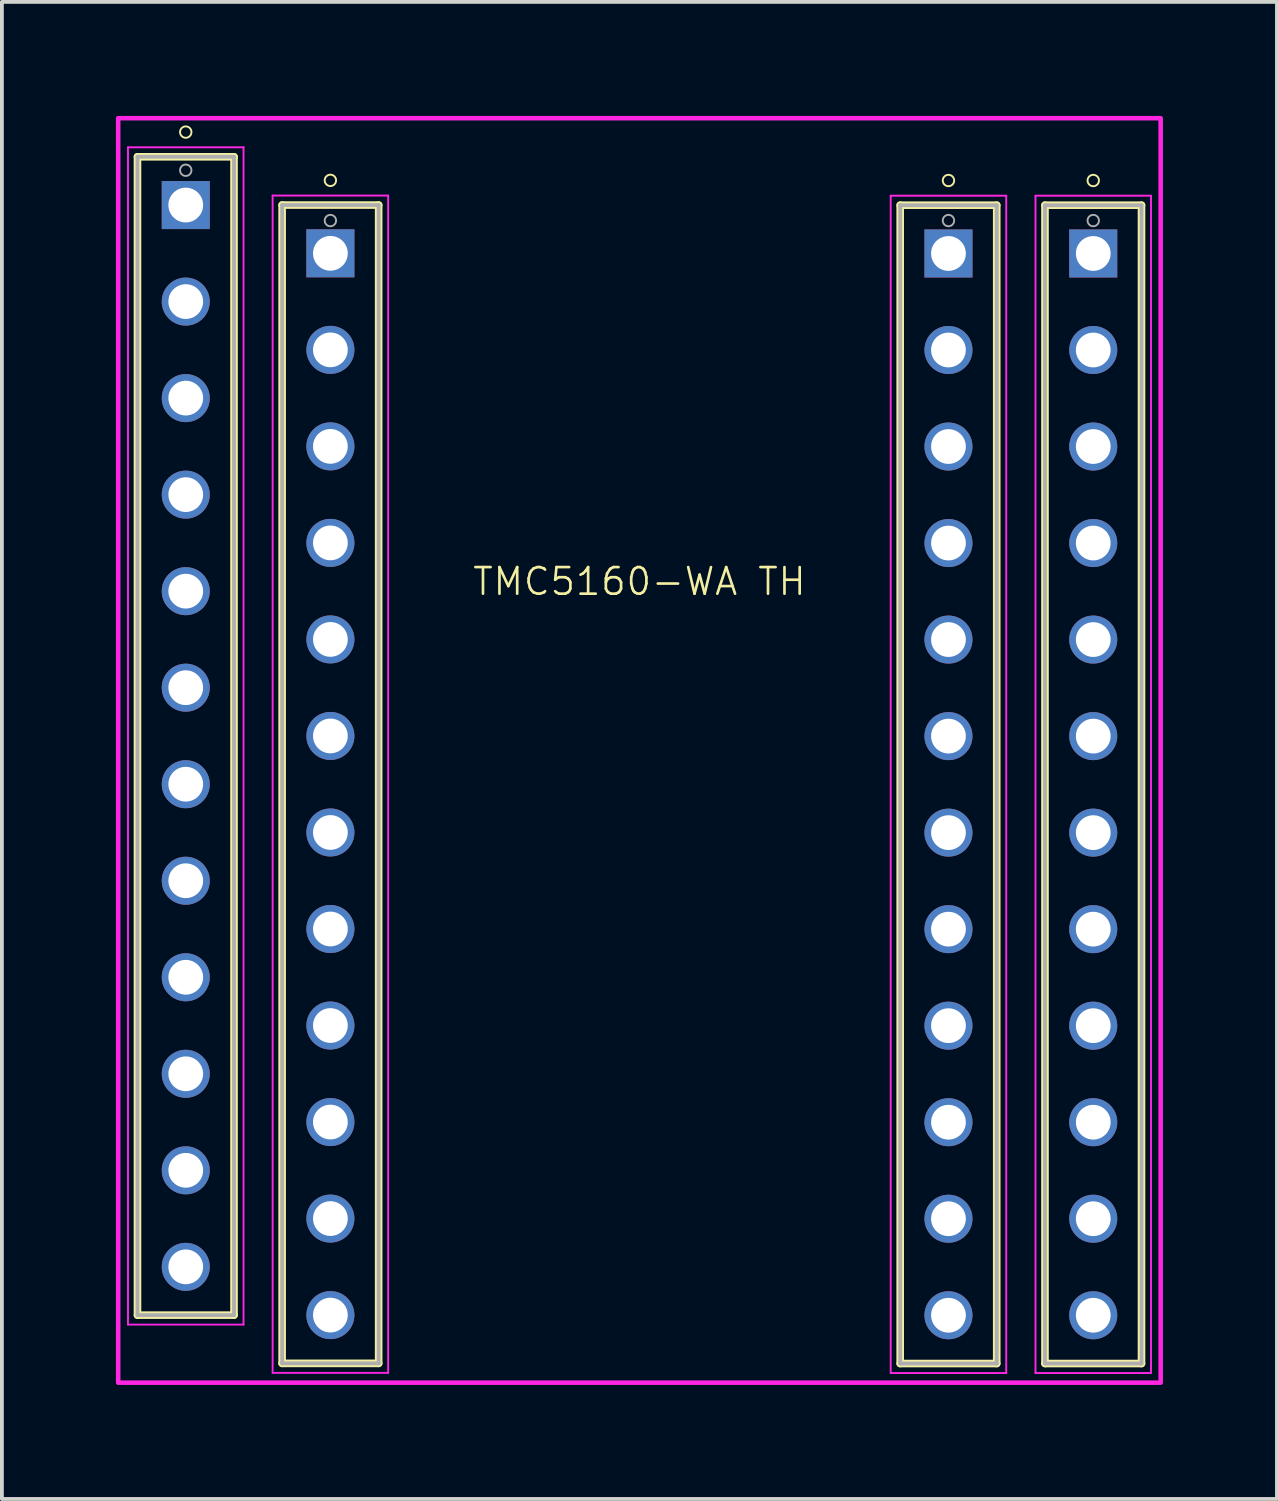
<source format=kicad_pcb>
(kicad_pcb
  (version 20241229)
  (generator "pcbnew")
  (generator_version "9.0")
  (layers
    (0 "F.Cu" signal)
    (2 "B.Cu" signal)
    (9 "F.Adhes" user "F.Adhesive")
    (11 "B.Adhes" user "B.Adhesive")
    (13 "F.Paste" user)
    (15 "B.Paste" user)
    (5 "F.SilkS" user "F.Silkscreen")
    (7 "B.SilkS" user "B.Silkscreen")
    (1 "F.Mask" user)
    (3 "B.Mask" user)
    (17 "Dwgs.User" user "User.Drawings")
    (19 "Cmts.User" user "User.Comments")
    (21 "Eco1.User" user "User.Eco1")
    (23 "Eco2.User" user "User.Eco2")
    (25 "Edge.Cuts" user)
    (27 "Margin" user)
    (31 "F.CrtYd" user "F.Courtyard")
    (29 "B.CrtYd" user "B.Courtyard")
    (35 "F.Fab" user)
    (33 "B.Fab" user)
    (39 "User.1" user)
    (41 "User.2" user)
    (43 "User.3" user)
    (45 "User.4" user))
  (footprint "TMC5160-WA TH"
    (layer "F.Cu")
    (at 13.776 17.586)
    (property "Reference" "TMC5160-WA TH" (at 0 -5.334 0) (layer "F.SilkS") (effects (font (size 0.7 0.7) (thickness 0.07))))
    (attr smd)
    (fp_line (start -13.208 -16.51) (end -13.208 13.97) (stroke (width 0.2) (type solid)) (layer "F.SilkS"))
    (fp_line (start -13.208 -16.51) (end -10.668 -16.51) (stroke (width 0.2) (type solid)) (layer "F.SilkS"))
    (fp_line (start -10.668 -16.51) (end -10.668 13.97) (stroke (width 0.2) (type solid)) (layer "F.SilkS"))
    (fp_line (start -10.668 13.97) (end -13.208 13.97) (stroke (width 0.2) (type solid)) (layer "F.SilkS"))
    (fp_line (start -9.402 -15.24) (end -9.402 15.24) (stroke (width 0.2) (type solid)) (layer "F.SilkS"))
    (fp_line (start -9.402 -15.24) (end -6.862 -15.24) (stroke (width 0.2) (type solid)) (layer "F.SilkS"))
    (fp_line (start -6.862 -15.24) (end -6.862 15.24) (stroke (width 0.2) (type solid)) (layer "F.SilkS"))
    (fp_line (start -6.862 15.24) (end -9.402 15.24) (stroke (width 0.2) (type solid)) (layer "F.SilkS"))
    (fp_line (start 6.862 -15.236) (end 6.862 15.244) (stroke (width 0.2) (type solid)) (layer "F.SilkS"))
    (fp_line (start 6.862 -15.236) (end 9.402 -15.236) (stroke (width 0.2) (type solid)) (layer "F.SilkS"))
    (fp_line (start 9.402 -15.236) (end 9.402 15.244) (stroke (width 0.2) (type solid)) (layer "F.SilkS"))
    (fp_line (start 9.402 15.244) (end 6.862 15.244) (stroke (width 0.2) (type solid)) (layer "F.SilkS"))
    (fp_line (start 10.672 -15.236) (end 10.672 15.244) (stroke (width 0.2) (type solid)) (layer "F.SilkS"))
    (fp_line (start 10.672 -15.236) (end 13.212 -15.236) (stroke (width 0.2) (type solid)) (layer "F.SilkS"))
    (fp_line (start 13.212 -15.236) (end 13.212 15.244) (stroke (width 0.2) (type solid)) (layer "F.SilkS"))
    (fp_line (start 13.212 15.244) (end 10.672 15.244) (stroke (width 0.2) (type solid)) (layer "F.SilkS"))
    (fp_circle (center -11.938 -17.16) (end -11.788 -17.16) (stroke (width 0.05) (type solid)) (fill no) (layer "F.SilkS"))
    (fp_circle (center -8.132 -15.89) (end -7.982 -15.89) (stroke (width 0.05) (type solid)) (fill no) (layer "F.SilkS"))
    (fp_circle (center 8.132 -15.886) (end 8.282 -15.886) (stroke (width 0.05) (type solid)) (fill no) (layer "F.SilkS"))
    (fp_circle (center 11.942 -15.886) (end 12.092 -15.886) (stroke (width 0.05) (type solid)) (fill no) (layer "F.SilkS"))
    (fp_line (start -13.458 -16.76) (end -10.418 -16.76) (stroke (width 0.05) (type solid)) (layer "F.CrtYd"))
    (fp_line (start -13.458 14.22) (end -13.458 -16.76) (stroke (width 0.05) (type solid)) (layer "F.CrtYd"))
    (fp_line (start -10.418 -16.76) (end -10.418 14.22) (stroke (width 0.05) (type solid)) (layer "F.CrtYd"))
    (fp_line (start -10.418 14.22) (end -13.458 14.22) (stroke (width 0.05) (type solid)) (layer "F.CrtYd"))
    (fp_line (start -9.652 -15.49) (end -6.612 -15.49) (stroke (width 0.05) (type solid)) (layer "F.CrtYd"))
    (fp_line (start -9.652 15.49) (end -9.652 -15.49) (stroke (width 0.05) (type solid)) (layer "F.CrtYd"))
    (fp_line (start -6.612 -15.49) (end -6.612 15.49) (stroke (width 0.05) (type solid)) (layer "F.CrtYd"))
    (fp_line (start -6.612 15.49) (end -9.652 15.49) (stroke (width 0.05) (type solid)) (layer "F.CrtYd"))
    (fp_line (start 6.612 -15.486) (end 9.652 -15.486) (stroke (width 0.05) (type solid)) (layer "F.CrtYd"))
    (fp_line (start 6.612 15.494) (end 6.612 -15.486) (stroke (width 0.05) (type solid)) (layer "F.CrtYd"))
    (fp_line (start 9.652 -15.486) (end 9.652 15.494) (stroke (width 0.05) (type solid)) (layer "F.CrtYd"))
    (fp_line (start 9.652 15.494) (end 6.612 15.494) (stroke (width 0.05) (type solid)) (layer "F.CrtYd"))
    (fp_line (start 10.422 -15.486) (end 13.462 -15.486) (stroke (width 0.05) (type solid)) (layer "F.CrtYd"))
    (fp_line (start 10.422 15.494) (end 10.422 -15.486) (stroke (width 0.05) (type solid)) (layer "F.CrtYd"))
    (fp_line (start 13.462 -15.486) (end 13.462 15.494) (stroke (width 0.05) (type solid)) (layer "F.CrtYd"))
    (fp_line (start 13.462 15.494) (end 10.422 15.494) (stroke (width 0.05) (type solid)) (layer "F.CrtYd"))
    (fp_rect (start -13.716 -17.526) (end 13.716 15.748) (stroke (width 0.12) (type solid)) (fill no) (layer "F.CrtYd"))
    (fp_line (start -13.208 -16.51) (end -10.668 -16.51) (stroke (width 0.1) (type solid)) (layer "F.Fab"))
    (fp_line (start -13.208 13.97) (end -13.208 -16.51) (stroke (width 0.1) (type solid)) (layer "F.Fab"))
    (fp_line (start -10.668 -16.51) (end -10.668 13.97) (stroke (width 0.1) (type solid)) (layer "F.Fab"))
    (fp_line (start -10.668 13.97) (end -13.208 13.97) (stroke (width 0.1) (type solid)) (layer "F.Fab"))
    (fp_line (start -9.402 -15.24) (end -6.862 -15.24) (stroke (width 0.1) (type solid)) (layer "F.Fab"))
    (fp_line (start -9.402 15.24) (end -9.402 -15.24) (stroke (width 0.1) (type solid)) (layer "F.Fab"))
    (fp_line (start -6.862 -15.24) (end -6.862 15.24) (stroke (width 0.1) (type solid)) (layer "F.Fab"))
    (fp_line (start -6.862 15.24) (end -9.402 15.24) (stroke (width 0.1) (type solid)) (layer "F.Fab"))
    (fp_line (start 6.862 -15.236) (end 9.402 -15.236) (stroke (width 0.1) (type solid)) (layer "F.Fab"))
    (fp_line (start 6.862 15.244) (end 6.862 -15.236) (stroke (width 0.1) (type solid)) (layer "F.Fab"))
    (fp_line (start 9.402 -15.236) (end 9.402 15.244) (stroke (width 0.1) (type solid)) (layer "F.Fab"))
    (fp_line (start 9.402 15.244) (end 6.862 15.244) (stroke (width 0.1) (type solid)) (layer "F.Fab"))
    (fp_line (start 10.672 -15.236) (end 13.212 -15.236) (stroke (width 0.1) (type solid)) (layer "F.Fab"))
    (fp_line (start 10.672 15.244) (end 10.672 -15.236) (stroke (width 0.1) (type solid)) (layer "F.Fab"))
    (fp_line (start 13.212 -15.236) (end 13.212 15.244) (stroke (width 0.1) (type solid)) (layer "F.Fab"))
    (fp_line (start 13.212 15.244) (end 10.672 15.244) (stroke (width 0.1) (type solid)) (layer "F.Fab"))
    (fp_circle (center -11.938 -16.156) (end -11.788 -16.156) (stroke (width 0.05) (type solid)) (fill no) (layer "F.Fab"))
    (fp_circle (center -8.132 -14.832) (end -7.982 -14.832) (stroke (width 0.05) (type solid)) (fill no) (layer "F.Fab"))
    (fp_circle (center 8.132 -14.832) (end 8.282 -14.832) (stroke (width 0.05) (type solid)) (fill no) (layer "F.Fab"))
    (fp_circle (center 11.942 -14.832) (end 12.092 -14.832) (stroke (width 0.05) (type solid)) (fill no) (layer "F.Fab"))
    (pad "01" thru_hole rect (at -11.938 -15.24 90) (size 1.264 1.264) (drill 0.914) (layers "*.Cu" "*.Mask"))
    (pad "01" thru_hole rect (at -8.132 -13.97 90) (size 1.264 1.264) (drill 0.914) (layers "*.Cu" "*.Mask"))
    (pad "01" thru_hole rect (at 8.132 -13.966 90) (size 1.264 1.264) (drill 0.914) (layers "*.Cu" "*.Mask"))
    (pad "01" thru_hole rect (at 11.942 -13.966 90) (size 1.264 1.264) (drill 0.914) (layers "*.Cu" "*.Mask"))
    (pad "02" thru_hole circle (at -11.938 -12.7 90) (size 1.264 1.264) (drill 0.914) (layers "*.Cu" "*.Mask"))
    (pad "02" thru_hole circle (at -8.132 -11.43 90) (size 1.264 1.264) (drill 0.914) (layers "*.Cu" "*.Mask"))
    (pad "02" thru_hole circle (at 8.132 -11.426 90) (size 1.264 1.264) (drill 0.914) (layers "*.Cu" "*.Mask"))
    (pad "02" thru_hole circle (at 11.942 -11.426 90) (size 1.264 1.264) (drill 0.914) (layers "*.Cu" "*.Mask"))
    (pad "03" thru_hole circle (at -11.938 -10.16 90) (size 1.264 1.264) (drill 0.914) (layers "*.Cu" "*.Mask"))
    (pad "03" thru_hole circle (at -8.132 -8.89 90) (size 1.264 1.264) (drill 0.914) (layers "*.Cu" "*.Mask"))
    (pad "03" thru_hole circle (at 8.132 -8.886 90) (size 1.264 1.264) (drill 0.914) (layers "*.Cu" "*.Mask"))
    (pad "03" thru_hole circle (at 11.942 -8.886 90) (size 1.264 1.264) (drill 0.914) (layers "*.Cu" "*.Mask"))
    (pad "04" thru_hole circle (at -11.938 -7.62 90) (size 1.264 1.264) (drill 0.914) (layers "*.Cu" "*.Mask"))
    (pad "04" thru_hole circle (at -8.132 -6.35 90) (size 1.264 1.264) (drill 0.914) (layers "*.Cu" "*.Mask"))
    (pad "04" thru_hole circle (at 8.132 -6.346 90) (size 1.264 1.264) (drill 0.914) (layers "*.Cu" "*.Mask"))
    (pad "04" thru_hole circle (at 11.942 -6.346 90) (size 1.264 1.264) (drill 0.914) (layers "*.Cu" "*.Mask"))
    (pad "05" thru_hole circle (at -11.938 -5.08 90) (size 1.264 1.264) (drill 0.914) (layers "*.Cu" "*.Mask"))
    (pad "05" thru_hole circle (at -8.132 -3.81 90) (size 1.264 1.264) (drill 0.914) (layers "*.Cu" "*.Mask"))
    (pad "05" thru_hole circle (at 8.132 -3.806 90) (size 1.264 1.264) (drill 0.914) (layers "*.Cu" "*.Mask"))
    (pad "05" thru_hole circle (at 11.942 -3.806 90) (size 1.264 1.264) (drill 0.914) (layers "*.Cu" "*.Mask"))
    (pad "06" thru_hole circle (at -11.938 -2.54 90) (size 1.264 1.264) (drill 0.914) (layers "*.Cu" "*.Mask"))
    (pad "06" thru_hole circle (at -8.132 -1.27 90) (size 1.264 1.264) (drill 0.914) (layers "*.Cu" "*.Mask"))
    (pad "06" thru_hole circle (at 8.132 -1.266 90) (size 1.264 1.264) (drill 0.914) (layers "*.Cu" "*.Mask"))
    (pad "06" thru_hole circle (at 11.942 -1.266 90) (size 1.264 1.264) (drill 0.914) (layers "*.Cu" "*.Mask"))
    (pad "07" thru_hole circle (at -11.938 0 90) (size 1.264 1.264) (drill 0.914) (layers "*.Cu" "*.Mask"))
    (pad "07" thru_hole circle (at -8.132 1.27 90) (size 1.264 1.264) (drill 0.914) (layers "*.Cu" "*.Mask"))
    (pad "07" thru_hole circle (at 8.132 1.274 90) (size 1.264 1.264) (drill 0.914) (layers "*.Cu" "*.Mask"))
    (pad "07" thru_hole circle (at 11.942 1.274 90) (size 1.264 1.264) (drill 0.914) (layers "*.Cu" "*.Mask"))
    (pad "08" thru_hole circle (at -11.938 2.54 90) (size 1.264 1.264) (drill 0.914) (layers "*.Cu" "*.Mask"))
    (pad "08" thru_hole circle (at -8.132 3.81 90) (size 1.264 1.264) (drill 0.914) (layers "*.Cu" "*.Mask"))
    (pad "08" thru_hole circle (at 8.132 3.814 90) (size 1.264 1.264) (drill 0.914) (layers "*.Cu" "*.Mask"))
    (pad "08" thru_hole circle (at 11.942 3.814 90) (size 1.264 1.264) (drill 0.914) (layers "*.Cu" "*.Mask"))
    (pad "09" thru_hole circle (at -11.938 5.08 90) (size 1.264 1.264) (drill 0.914) (layers "*.Cu" "*.Mask"))
    (pad "09" thru_hole circle (at -8.132 6.35 90) (size 1.264 1.264) (drill 0.914) (layers "*.Cu" "*.Mask"))
    (pad "09" thru_hole circle (at 8.132 6.354 90) (size 1.264 1.264) (drill 0.914) (layers "*.Cu" "*.Mask"))
    (pad "09" thru_hole circle (at 11.942 6.354 90) (size 1.264 1.264) (drill 0.914) (layers "*.Cu" "*.Mask"))
    (pad "10" thru_hole circle (at -11.938 7.62 90) (size 1.264 1.264) (drill 0.914) (layers "*.Cu" "*.Mask"))
    (pad "10" thru_hole circle (at -8.132 8.89 90) (size 1.264 1.264) (drill 0.914) (layers "*.Cu" "*.Mask"))
    (pad "10" thru_hole circle (at 8.132 8.894 90) (size 1.264 1.264) (drill 0.914) (layers "*.Cu" "*.Mask"))
    (pad "10" thru_hole circle (at 11.942 8.894 90) (size 1.264 1.264) (drill 0.914) (layers "*.Cu" "*.Mask"))
    (pad "11" thru_hole circle (at -11.938 10.16 90) (size 1.264 1.264) (drill 0.914) (layers "*.Cu" "*.Mask"))
    (pad "11" thru_hole circle (at -8.132 11.43 90) (size 1.264 1.264) (drill 0.914) (layers "*.Cu" "*.Mask"))
    (pad "11" thru_hole circle (at 8.132 11.434 90) (size 1.264 1.264) (drill 0.914) (layers "*.Cu" "*.Mask"))
    (pad "11" thru_hole circle (at 11.942 11.434 90) (size 1.264 1.264) (drill 0.914) (layers "*.Cu" "*.Mask"))
    (pad "12" thru_hole circle (at -11.938 12.7 90) (size 1.264 1.264) (drill 0.914) (layers "*.Cu" "*.Mask"))
    (pad "12" thru_hole circle (at -8.132 13.97 90) (size 1.264 1.264) (drill 0.914) (layers "*.Cu" "*.Mask"))
    (pad "12" thru_hole circle (at 8.132 13.974 90) (size 1.264 1.264) (drill 0.914) (layers "*.Cu" "*.Mask"))
    (pad "12" thru_hole circle (at 11.942 13.974 90) (size 1.264 1.264) (drill 0.914) (layers "*.Cu" "*.Mask")))
  (gr_rect
    (start -3 -3)
    (end 30.552 36.394)
    (stroke (width 0.1) (type default))
    (fill no)
    (layer "Edge.Cuts")))
</source>
